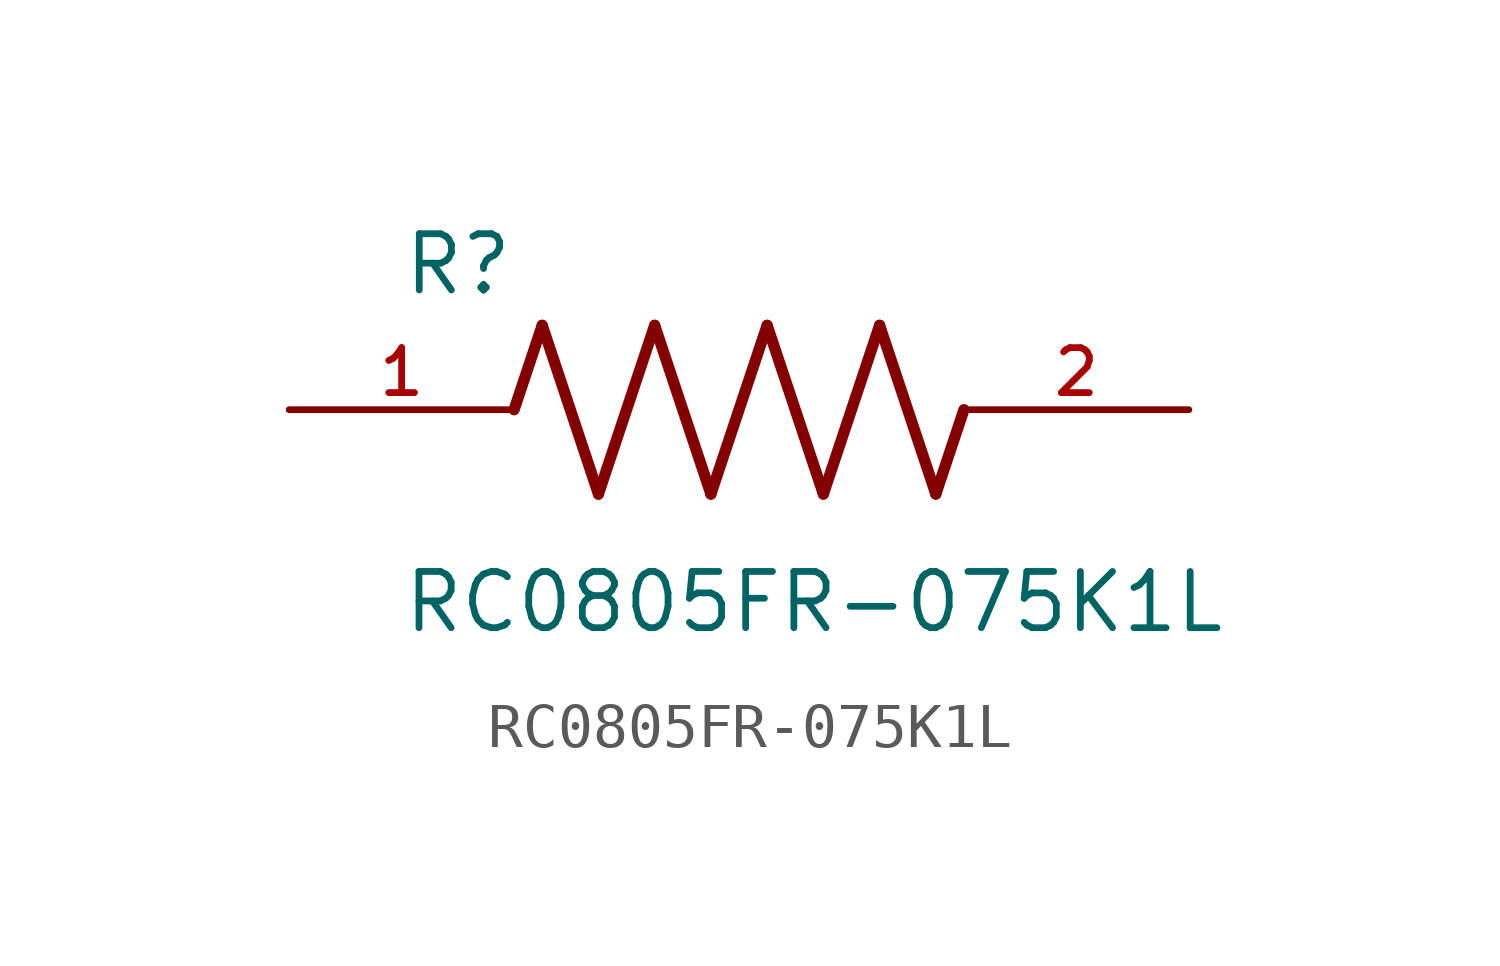
<source format=kicad_sym>
(kicad_symbol_lib
  (version 20211014)
  (generator kicad_symbol_editor)
  (symbol "RC0805FR-075K1L"
    (pin_names
      (offset 1.016))
    (property "Reference" "R"
      (at -7.624 2.541 0)
      (effects (font (size 1.27 1.27)) (justify bottom left)))
    (property "Value" "RC0805FR-075K1L"
      (at -7.63 -5.087 0)
      (effects (font (size 1.27 1.27)) (justify bottom left)))
    (symbol "RC0805FR-075K1L_0_0"
      (polyline (pts (xy -5.08 0.0) (xy -4.445 1.905)) (stroke (width 0.254)))
      (polyline (pts (xy -4.445 1.905) (xy -3.175 -1.905)) (stroke (width 0.254)))
      (polyline (pts (xy -3.175 -1.905) (xy -1.905 1.905)) (stroke (width 0.254)))
      (polyline (pts (xy -1.905 1.905) (xy -0.635 -1.905)) (stroke (width 0.254)))
      (polyline (pts (xy -0.635 -1.905) (xy 0.635 1.905)) (stroke (width 0.254)))
      (polyline (pts (xy 0.635 1.905) (xy 1.905 -1.905)) (stroke (width 0.254)))
      (polyline (pts (xy 1.905 -1.905) (xy 3.175 1.905)) (stroke (width 0.254)))
      (polyline (pts (xy 3.175 1.905) (xy 4.445 -1.905)) (stroke (width 0.254)))
      (polyline (pts (xy 4.445 -1.905) (xy 5.08 0.0)) (stroke (width 0.254)))
      (pin passive line (at -10.16 0.0 0) (length 5.08) (name "~" (effects (font (size 1.016 1.016)))) (number "1" (effects (font (size 1.016 1.016)))))
      (pin passive line (at 10.16 0.0 180.0) (length 5.08) (name "~" (effects (font (size 1.016 1.016)))) (number "2" (effects (font (size 1.016 1.016))))))))
</source>
